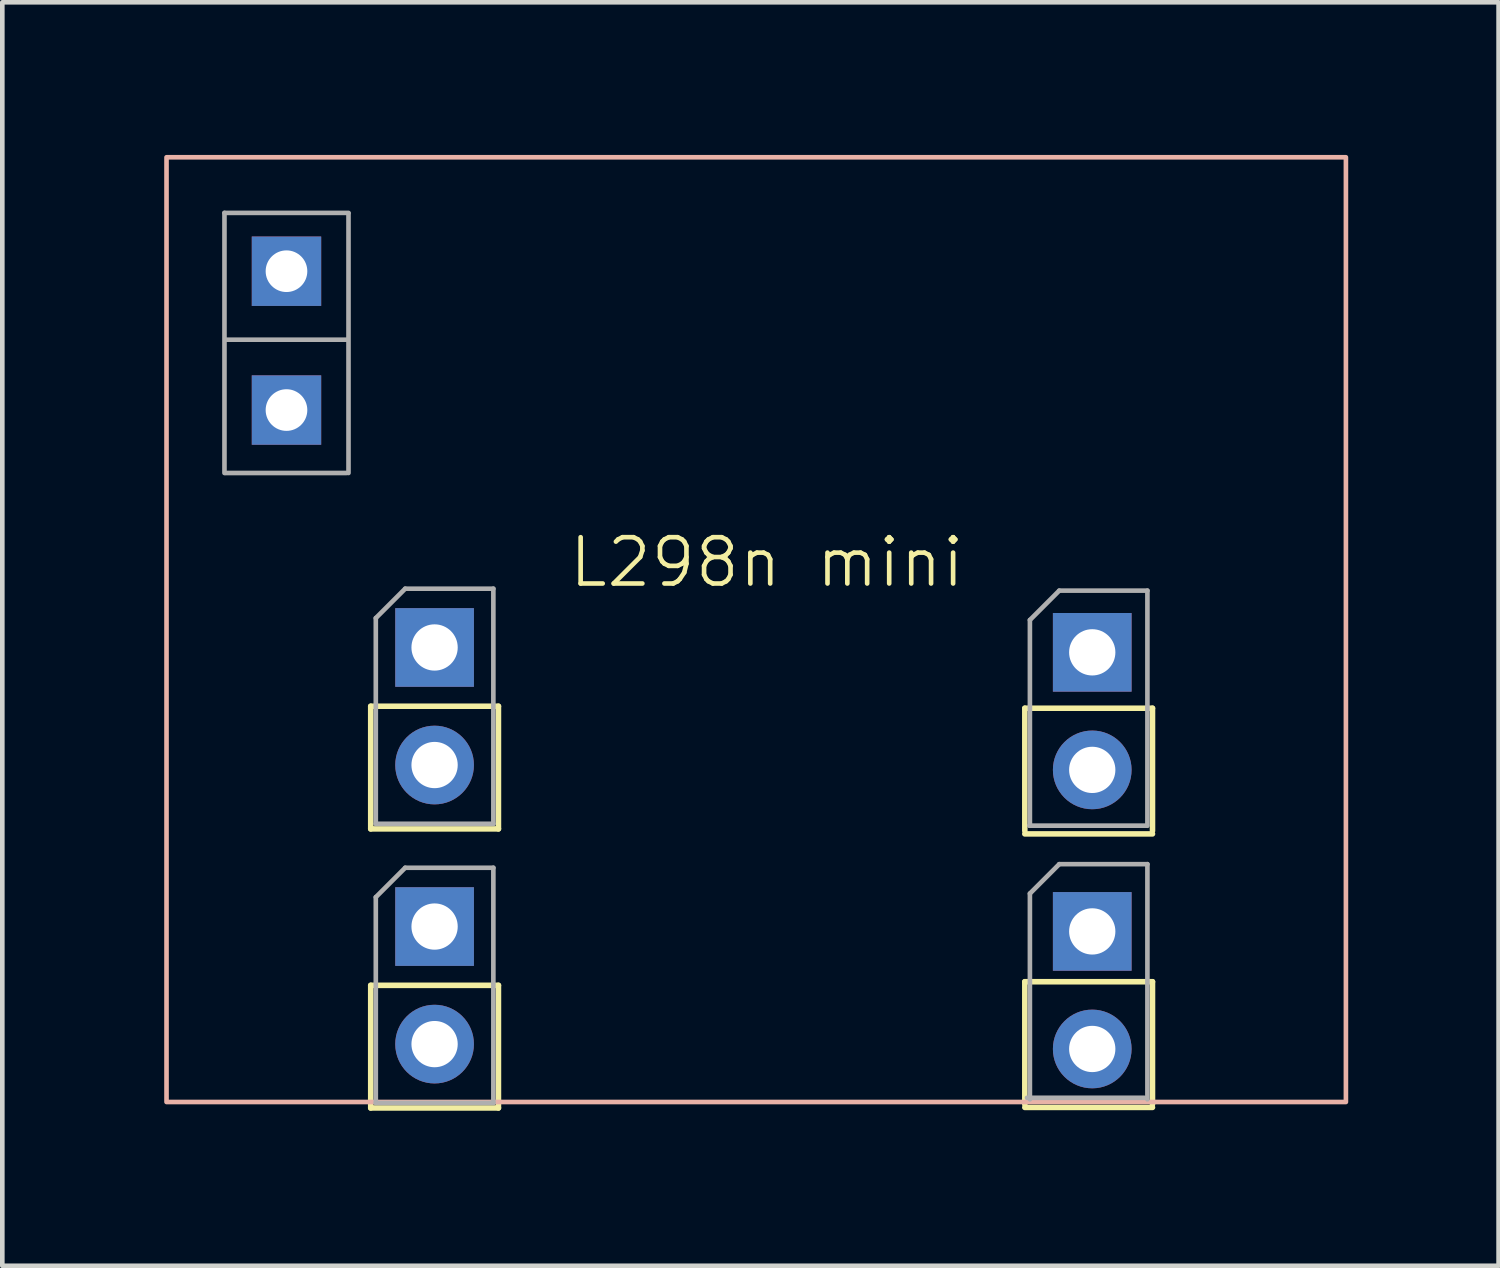
<source format=kicad_pcb>
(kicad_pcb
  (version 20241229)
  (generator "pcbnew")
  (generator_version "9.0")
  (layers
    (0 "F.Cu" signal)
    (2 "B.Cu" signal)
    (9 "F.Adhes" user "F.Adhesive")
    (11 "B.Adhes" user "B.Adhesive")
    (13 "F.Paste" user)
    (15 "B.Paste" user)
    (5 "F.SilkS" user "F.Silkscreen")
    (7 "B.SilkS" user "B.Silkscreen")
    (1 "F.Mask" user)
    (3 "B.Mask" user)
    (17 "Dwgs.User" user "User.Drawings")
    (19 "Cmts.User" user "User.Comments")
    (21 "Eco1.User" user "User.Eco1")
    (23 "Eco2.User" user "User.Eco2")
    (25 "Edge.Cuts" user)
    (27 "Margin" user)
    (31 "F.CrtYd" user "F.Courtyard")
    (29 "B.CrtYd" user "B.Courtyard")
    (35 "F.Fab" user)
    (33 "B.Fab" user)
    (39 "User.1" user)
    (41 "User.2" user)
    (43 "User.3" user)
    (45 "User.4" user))
  (footprint "L298n mini"
    (layer "F.Cu")
    (at 0.25 21.05)
    (property "Reference" "L298n mini" (at 13.27 -11.95 0) (unlocked yes) (layer "F.SilkS") (effects (font (size 1 1) (thickness 0.1))))
    (attr smd)
    (fp_line (start 4.71 -8.84) (end 4.71 -6.19) (stroke (width 0.12) (type solid)) (layer "F.SilkS"))
    (fp_line (start 4.71 -8.84) (end 7.47 -8.84) (stroke (width 0.12) (type solid)) (layer "F.SilkS"))
    (fp_line (start 4.71 -6.19) (end 7.47 -6.19) (stroke (width 0.12) (type solid)) (layer "F.SilkS"))
    (fp_line (start 4.71 -2.81) (end 4.71 -0.16) (stroke (width 0.12) (type solid)) (layer "F.SilkS"))
    (fp_line (start 4.71 -2.81) (end 7.47 -2.81) (stroke (width 0.12) (type solid)) (layer "F.SilkS"))
    (fp_line (start 4.71 -0.16) (end 7.47 -0.16) (stroke (width 0.12) (type solid)) (layer "F.SilkS"))
    (fp_line (start 7.47 -8.84) (end 7.47 -6.19) (stroke (width 0.12) (type solid)) (layer "F.SilkS"))
    (fp_line (start 7.47 -2.81) (end 7.47 -0.16) (stroke (width 0.12) (type solid)) (layer "F.SilkS"))
    (fp_line (start 18.843 -8.797) (end 18.843 -6.147) (stroke (width 0.12) (type solid)) (layer "F.SilkS"))
    (fp_line (start 18.843 -8.797) (end 21.602 -8.797) (stroke (width 0.12) (type solid)) (layer "F.SilkS"))
    (fp_line (start 18.843 -6.082) (end 21.602 -6.082) (stroke (width 0.12) (type solid)) (layer "F.SilkS"))
    (fp_line (start 18.843 -2.888) (end 18.843 -0.237) (stroke (width 0.12) (type solid)) (layer "F.SilkS"))
    (fp_line (start 18.843 -2.888) (end 21.602 -2.888) (stroke (width 0.12) (type solid)) (layer "F.SilkS"))
    (fp_line (start 18.843 -0.172) (end 21.602 -0.172) (stroke (width 0.12) (type solid)) (layer "F.SilkS"))
    (fp_line (start 21.602 -8.797) (end 21.602 -6.147) (stroke (width 0.12) (type solid)) (layer "F.SilkS"))
    (fp_line (start 21.602 -2.888) (end 21.602 -0.237) (stroke (width 0.12) (type solid)) (layer "F.SilkS"))
    (fp_rect (start 0.298 -20.702) (end 25.781 -0.289) (stroke (width 0.1) (type solid)) (fill no) (layer "B.SilkS"))
    (fp_rect (start 0 -21) (end 26.03 0) (stroke (width 0.1) (type solid)) (fill no) (layer "Margin"))
    (fp_line (start 1.55 -19.5) (end 4.23 -19.5) (stroke (width 0.1) (type solid)) (layer "F.Fab"))
    (fp_line (start 1.55 -13.88) (end 1.55 -19.5) (stroke (width 0.1) (type solid)) (layer "F.Fab"))
    (fp_line (start 4.19 -16.76) (end 1.57 -16.76) (stroke (width 0.1) (type solid)) (layer "F.Fab"))
    (fp_line (start 4.19 -13.88) (end 1.57 -13.88) (stroke (width 0.1) (type solid)) (layer "F.Fab"))
    (fp_line (start 4.23 -19.49) (end 4.23 -13.88) (stroke (width 0.1) (type solid)) (layer "F.Fab"))
    (fp_line (start 4.82 -10.745) (end 5.455 -11.38) (stroke (width 0.1) (type solid)) (layer "F.Fab"))
    (fp_line (start 4.82 -6.3) (end 4.82 -10.745) (stroke (width 0.1) (type solid)) (layer "F.Fab"))
    (fp_line (start 4.82 -4.715) (end 5.455 -5.35) (stroke (width 0.1) (type solid)) (layer "F.Fab"))
    (fp_line (start 4.82 -0.27) (end 4.82 -4.715) (stroke (width 0.1) (type solid)) (layer "F.Fab"))
    (fp_line (start 5.455 -11.38) (end 7.36 -11.38) (stroke (width 0.1) (type solid)) (layer "F.Fab"))
    (fp_line (start 5.455 -5.35) (end 7.36 -5.35) (stroke (width 0.1) (type solid)) (layer "F.Fab"))
    (fp_line (start 7.36 -11.38) (end 7.36 -6.3) (stroke (width 0.1) (type solid)) (layer "F.Fab"))
    (fp_line (start 7.36 -6.3) (end 4.82 -6.3) (stroke (width 0.1) (type solid)) (layer "F.Fab"))
    (fp_line (start 7.36 -5.35) (end 7.36 -0.27) (stroke (width 0.1) (type solid)) (layer "F.Fab"))
    (fp_line (start 7.36 -0.27) (end 4.82 -0.27) (stroke (width 0.1) (type solid)) (layer "F.Fab"))
    (fp_line (start 18.953 -10.703) (end 19.587 -11.338) (stroke (width 0.1) (type solid)) (layer "F.Fab"))
    (fp_line (start 18.953 -6.258) (end 18.953 -10.703) (stroke (width 0.1) (type solid)) (layer "F.Fab"))
    (fp_line (start 18.953 -4.793) (end 19.587 -5.428) (stroke (width 0.1) (type solid)) (layer "F.Fab"))
    (fp_line (start 18.953 -0.347) (end 18.953 -4.793) (stroke (width 0.1) (type solid)) (layer "F.Fab"))
    (fp_line (start 19.587 -11.338) (end 21.492 -11.338) (stroke (width 0.1) (type solid)) (layer "F.Fab"))
    (fp_line (start 19.587 -5.428) (end 21.492 -5.428) (stroke (width 0.1) (type solid)) (layer "F.Fab"))
    (fp_line (start 21.43 -0.38) (end 18.89 -0.38) (stroke (width 0.1) (type solid)) (layer "F.Fab"))
    (fp_line (start 21.48 -6.26) (end 18.94 -6.26) (stroke (width 0.1) (type solid)) (layer "F.Fab"))
    (fp_line (start 21.492 -11.338) (end 21.492 -6.258) (stroke (width 0.1) (type solid)) (layer "F.Fab"))
    (fp_line (start 21.492 -5.428) (end 21.492 -0.347) (stroke (width 0.1) (type solid)) (layer "F.Fab"))
    (pad "1" thru_hole rect (at 2.89 -18.24) (size 1.5 1.5) (drill 0.9) (layers "*.Cu" "*.Mask") (remove_unused_layers yes) (keep_end_layers yes) (zone_layer_connections))
    (pad "2" thru_hole rect (at 2.89 -15.24) (size 1.5 1.5) (drill 0.9) (layers "*.Cu" "*.Mask") (remove_unused_layers yes) (keep_end_layers yes) (zone_layer_connections))
    (pad "3" thru_hole rect (at 6.09 -10.11) (size 1.7 1.7) (drill 1) (layers "*.Cu" "*.Mask"))
    (pad "4" thru_hole circle (at 6.09 -7.57) (size 1.7 1.7) (drill 1) (layers "*.Cu" "*.Mask"))
    (pad "5" thru_hole rect (at 6.09 -4.08) (size 1.7 1.7) (drill 1) (layers "*.Cu" "*.Mask"))
    (pad "6" thru_hole circle (at 6.09 -1.54) (size 1.7 1.7) (drill 1) (layers "*.Cu" "*.Mask"))
    (pad "7" thru_hole rect (at 20.3 -10.005) (size 1.7 1.7) (drill 1) (layers "*.Cu" "*.Mask"))
    (pad "8" thru_hole circle (at 20.3 -7.465) (size 1.7 1.7) (drill 1) (layers "*.Cu" "*.Mask"))
    (pad "9" thru_hole rect (at 20.3 -3.975) (size 1.7 1.7) (drill 1) (layers "*.Cu" "*.Mask"))
    (pad "10" thru_hole circle (at 20.3 -1.435) (size 1.7 1.7) (drill 1) (layers "*.Cu" "*.Mask")))
  (gr_rect
    (start -3 -3)
    (end 29.33 24.3)
    (stroke (width 0.1) (type default))
    (fill no)
    (layer "Edge.Cuts")))
</source>
